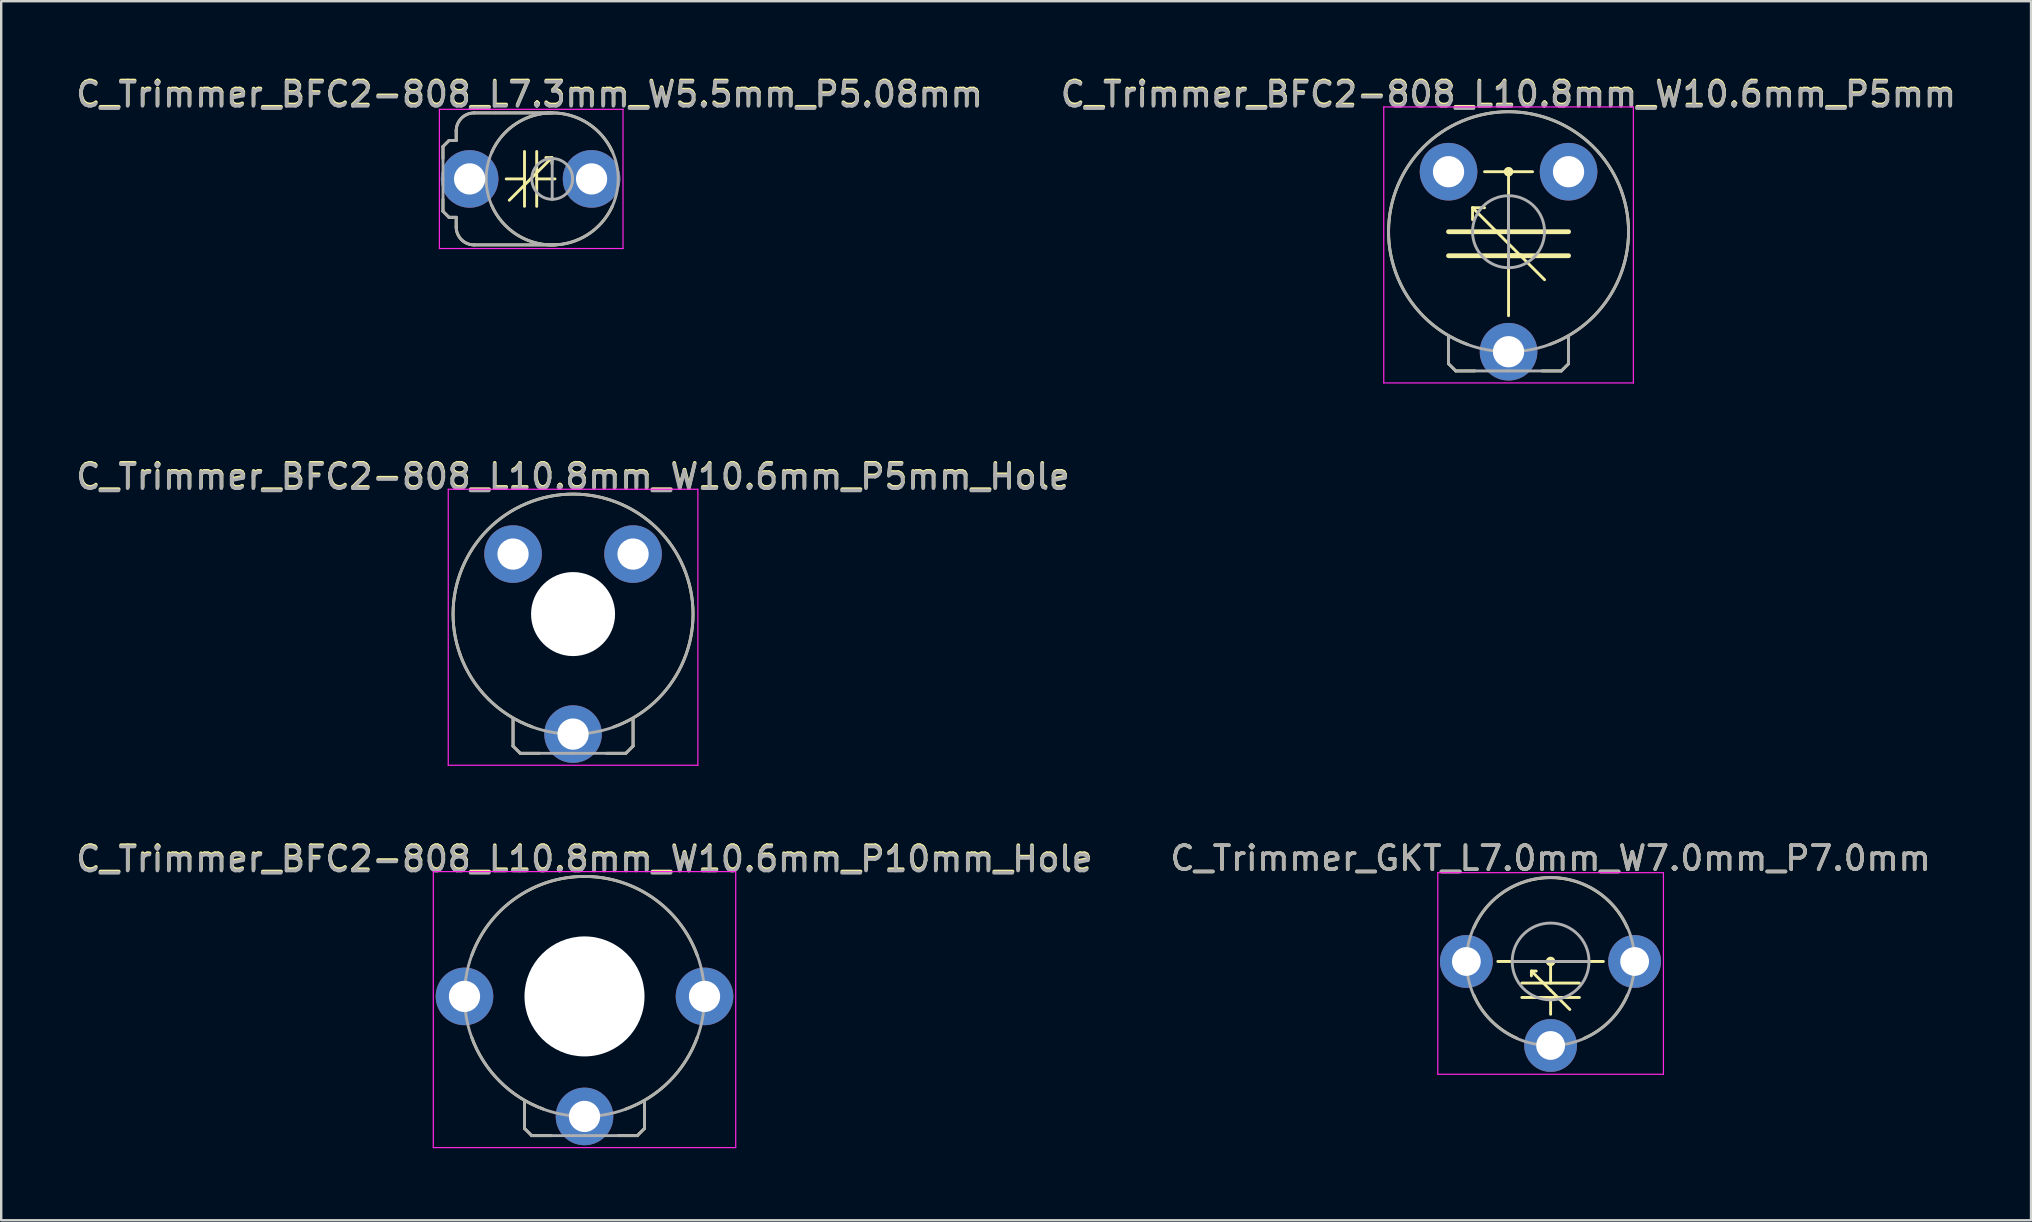
<source format=kicad_pcb>
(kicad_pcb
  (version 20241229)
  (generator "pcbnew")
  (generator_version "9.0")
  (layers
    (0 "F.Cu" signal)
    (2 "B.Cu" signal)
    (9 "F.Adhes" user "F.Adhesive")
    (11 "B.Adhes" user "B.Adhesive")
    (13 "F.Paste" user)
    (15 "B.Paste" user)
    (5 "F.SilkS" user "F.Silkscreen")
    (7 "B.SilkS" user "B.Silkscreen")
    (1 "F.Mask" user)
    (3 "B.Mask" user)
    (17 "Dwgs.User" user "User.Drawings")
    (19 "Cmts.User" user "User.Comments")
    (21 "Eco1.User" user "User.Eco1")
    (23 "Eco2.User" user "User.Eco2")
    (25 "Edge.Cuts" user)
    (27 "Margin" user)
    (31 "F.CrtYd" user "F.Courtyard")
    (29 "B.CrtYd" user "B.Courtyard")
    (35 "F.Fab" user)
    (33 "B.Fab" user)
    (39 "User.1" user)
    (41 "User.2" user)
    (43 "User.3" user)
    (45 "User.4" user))
  (footprint "C_Trimmer_GKT_L7.0mm_W7.0mm_P7.0mm"
    (layer "F.Cu")
    (at 61.552 40.507)
    (property "Reference" "C_Trimmer_GKT_L7.0mm_W7.0mm_P7.0mm" (at 0 -7.8 0) (layer "F.SilkS") (effects (font (size 1 1) (thickness 0.15))))
    (attr through_hole)
    (fp_line (start -2.2 -3.5) (end 2.2 -3.5) (stroke (width 0.12) (type solid)) (layer "F.SilkS"))
    (fp_line (start -0.8 -3.1) (end -0.8 -2.9) (stroke (width 0.12) (type solid)) (layer "F.SilkS"))
    (fp_line (start -0.8 -3.1) (end -0.6 -3.1) (stroke (width 0.12) (type solid)) (layer "F.SilkS"))
    (fp_line (start 0 -2.6) (end 0 -3.5) (stroke (width 0.12) (type solid)) (layer "F.SilkS"))
    (fp_line (start 0 -2.3) (end -0.8 -3.1) (stroke (width 0.12) (type solid)) (layer "F.SilkS"))
    (fp_line (start 0 -2.3) (end 0.8 -1.5) (stroke (width 0.12) (type solid)) (layer "F.SilkS"))
    (fp_line (start 0 -2) (end -1.2 -2) (stroke (width 0.12) (type solid)) (layer "F.SilkS"))
    (fp_line (start 0 -2) (end 1.2 -2) (stroke (width 0.12) (type solid)) (layer "F.SilkS"))
    (fp_line (start 0 -1.3) (end 0 -2) (stroke (width 0.12) (type solid)) (layer "F.SilkS"))
    (fp_line (start 1.2 -2.6) (end -1.2 -2.6) (stroke (width 0.12) (type solid)) (layer "F.SilkS"))
    (fp_arc (start -3.199999 -4.9) (mid 0 -6.992849) (end 3.199999 -4.899999) (stroke (width 0.12) (type solid)) (layer "F.SilkS"))
    (fp_arc (start -1.399999 -0.300001) (mid -2.469817 -1.030183) (end -3.199999 -2.100001) (stroke (width 0.12) (type solid)) (layer "F.SilkS"))
    (fp_arc (start 3.199999 -2.1) (mid 2.469817 -1.030183) (end 1.399999 -0.300001) (stroke (width 0.12) (type solid)) (layer "F.SilkS"))
    (fp_circle (center 0 -3.5) (end 0.1 -3.5) (stroke (width 0.2) (type solid)) (fill no) (layer "F.SilkS"))
    (fp_line (start -4.7 -7.2) (end -4.7 1.2) (stroke (width 0.05) (type solid)) (layer "F.CrtYd"))
    (fp_line (start -4.7 1.2) (end 4.7 1.2) (stroke (width 0.05) (type solid)) (layer "F.CrtYd"))
    (fp_line (start 4.7 -7.2) (end -4.7 -7.2) (stroke (width 0.05) (type solid)) (layer "F.CrtYd"))
    (fp_line (start 4.7 1.2) (end 4.7 -7.2) (stroke (width 0.05) (type solid)) (layer "F.CrtYd"))
    (fp_line (start 1.6 -3.5) (end -1.6 -3.5) (stroke (width 0.12) (type solid)) (layer "F.Fab"))
    (fp_circle (center 0 -3.5) (end 1.6 -3.5) (stroke (width 0.12) (type solid)) (fill no) (layer "F.Fab"))
    (fp_circle (center 0 -3.5) (end 3.5 -3.5) (stroke (width 0.12) (type solid)) (fill no) (layer "F.Fab"))
    (fp_text user "${REFERENCE}" (at 0 -7.8 0) (layer "F.Fab") (effects (font (size 1 1) (thickness 0.15))))
    (pad "1" thru_hole circle (at 0 0) (size 2.2 2.2) (drill 1.2) (layers "*.Cu" "*.Mask"))
    (pad "2" thru_hole circle (at -3.51 -3.5) (size 2.2 2.2) (drill 1.2) (layers "*.Cu" "*.Mask"))
    (pad "2" thru_hole circle (at 3.5 -3.5) (size 2.2 2.2) (drill 1.2) (layers "*.Cu" "*.Mask")))
  (footprint "C_Trimmer_BFC2-808_L10.8mm_W10.6mm_P10mm_Hole"
    (layer "F.Cu")
    (at 21.302 43.463)
    (property "Reference" "C_Trimmer_BFC2-808_L10.8mm_W10.6mm_P10mm_Hole" (at 0 -10.756 0) (layer "F.SilkS") (effects (font (size 1 1) (thickness 0.15))))
    (attr through_hole)
    (fp_line (start -2.5 0.5) (end -2.5 -0.65) (stroke (width 0.12) (type solid)) (layer "F.SilkS"))
    (fp_line (start -2.2 0.8) (end -2.5 0.5) (stroke (width 0.12) (type solid)) (layer "F.SilkS"))
    (fp_line (start -1.4 0.8) (end -2.2 0.8) (stroke (width 0.12) (type solid)) (layer "F.SilkS"))
    (fp_line (start 1.4 0.8) (end 2.2 0.8) (stroke (width 0.12) (type solid)) (layer "F.SilkS"))
    (fp_line (start 2.2 0.8) (end 2.5 0.5) (stroke (width 0.12) (type solid)) (layer "F.SilkS"))
    (fp_line (start 2.5 0.5) (end 2.5 -0.65) (stroke (width 0.12) (type solid)) (layer "F.SilkS"))
    (fp_arc (start -4.699999 -6.7) (mid 0 -9.997999) (end 4.699999 -6.699999) (stroke (width 0.12) (type solid)) (layer "F.SilkS"))
    (fp_arc (start -1.7 -0.300001) (mid -3.534119 -1.465882) (end -4.699999 -3.300001) (stroke (width 0.12) (type solid)) (layer "F.SilkS"))
    (fp_arc (start 4.699999 -3.3) (mid 3.534118 -1.465881) (end 1.699999 -0.300001) (stroke (width 0.12) (type solid)) (layer "F.SilkS"))
    (fp_line (start -6.3 -10.2) (end -6.3 1.3) (stroke (width 0.05) (type solid)) (layer "F.CrtYd"))
    (fp_line (start -6.3 1.3) (end 6.3 1.3) (stroke (width 0.05) (type solid)) (layer "F.CrtYd"))
    (fp_line (start 6.3 -10.2) (end -6.3 -10.2) (stroke (width 0.05) (type solid)) (layer "F.CrtYd"))
    (fp_line (start 6.3 1.3) (end 6.3 -10.2) (stroke (width 0.05) (type solid)) (layer "F.CrtYd"))
    (fp_line (start -2.5 0.5) (end -2.5 -0.65) (stroke (width 0.12) (type solid)) (layer "F.Fab"))
    (fp_line (start -2.2 0.8) (end -2.5 0.5) (stroke (width 0.12) (type solid)) (layer "F.Fab"))
    (fp_line (start 0 -6.5) (end 0 -3.5) (stroke (width 0.12) (type solid)) (layer "F.Fab"))
    (fp_line (start 0 0.8) (end -2.2 0.8) (stroke (width 0.12) (type solid)) (layer "F.Fab"))
    (fp_line (start 0 0.8) (end 2.2 0.8) (stroke (width 0.12) (type solid)) (layer "F.Fab"))
    (fp_line (start 2.2 0.8) (end 2.5 0.5) (stroke (width 0.12) (type solid)) (layer "F.Fab"))
    (fp_line (start 2.5 0.5) (end 2.5 -0.65) (stroke (width 0.12) (type solid)) (layer "F.Fab"))
    (fp_circle (center 0 -5) (end 1.5 -5) (stroke (width 0.12) (type solid)) (fill no) (layer "F.Fab"))
    (fp_circle (center 0 -5) (end 5 -5) (stroke (width 0.12) (type solid)) (fill no) (layer "F.Fab"))
    (fp_text user "${REFERENCE}" (at -0.01 -10.7 0) (layer "F.Fab") (effects (font (size 1 1) (thickness 0.15))))
    (pad "" np_thru_hole circle (at 0 -5) (size 5 5) (drill 5) (layers "*.Cu" "*.Mask"))
    (pad "1" thru_hole circle (at 0 0) (size 2.4 2.4) (drill 1.3) (layers "*.Cu" "*.Mask"))
    (pad "2" thru_hole circle (at -5 -5) (size 2.4 2.4) (drill 1.3) (layers "*.Cu" "*.Mask"))
    (pad "2" thru_hole circle (at 5 -5) (size 2.4 2.4) (drill 1.3) (layers "*.Cu" "*.Mask")))
  (footprint "C_Trimmer_BFC2-808_L10.8mm_W10.6mm_P5mm_Hole"
    (layer "F.Cu")
    (at 20.825 27.534)
    (property "Reference" "C_Trimmer_BFC2-808_L10.8mm_W10.6mm_P5mm_Hole" (at 0 -10.756 0) (layer "F.SilkS") (effects (font (size 1 1) (thickness 0.15))))
    (attr through_hole)
    (fp_line (start -2.5 0.5) (end -2.5 -0.65) (stroke (width 0.12) (type solid)) (layer "F.SilkS"))
    (fp_line (start -2.2 0.8) (end -2.5 0.5) (stroke (width 0.12) (type solid)) (layer "F.SilkS"))
    (fp_line (start -1.4 0.8) (end -2.2 0.8) (stroke (width 0.12) (type solid)) (layer "F.SilkS"))
    (fp_line (start 1.4 0.8) (end 2.2 0.8) (stroke (width 0.12) (type solid)) (layer "F.SilkS"))
    (fp_line (start 2.2 0.8) (end 2.5 0.5) (stroke (width 0.12) (type solid)) (layer "F.SilkS"))
    (fp_line (start 2.5 0.5) (end 2.5 -0.65) (stroke (width 0.12) (type solid)) (layer "F.SilkS"))
    (fp_arc (start -4.699999 -3.300001) (mid 2.12132 -9.525482) (end 1.699999 -0.300001) (stroke (width 0.12) (type solid)) (layer "F.SilkS"))
    (fp_arc (start -1.7 -0.300001) (mid -3.534119 -1.465882) (end -4.699999 -3.300001) (stroke (width 0.12) (type solid)) (layer "F.SilkS"))
    (fp_line (start -5.2 -10.2) (end -5.2 1.3) (stroke (width 0.05) (type solid)) (layer "F.CrtYd"))
    (fp_line (start -5.2 1.3) (end 5.2 1.3) (stroke (width 0.05) (type solid)) (layer "F.CrtYd"))
    (fp_line (start 5.2 -10.2) (end -5.2 -10.2) (stroke (width 0.05) (type solid)) (layer "F.CrtYd"))
    (fp_line (start 5.2 1.3) (end 5.2 -10.2) (stroke (width 0.05) (type solid)) (layer "F.CrtYd"))
    (fp_line (start -2.5 0.5) (end -2.5 -0.65) (stroke (width 0.12) (type solid)) (layer "F.Fab"))
    (fp_line (start -2.2 0.8) (end -2.5 0.5) (stroke (width 0.12) (type solid)) (layer "F.Fab"))
    (fp_line (start 0 -6.5) (end 0 -3.5) (stroke (width 0.12) (type solid)) (layer "F.Fab"))
    (fp_line (start 0 0.8) (end -2.2 0.8) (stroke (width 0.12) (type solid)) (layer "F.Fab"))
    (fp_line (start 0 0.8) (end 2.2 0.8) (stroke (width 0.12) (type solid)) (layer "F.Fab"))
    (fp_line (start 2.2 0.8) (end 2.5 0.5) (stroke (width 0.12) (type solid)) (layer "F.Fab"))
    (fp_line (start 2.5 0.5) (end 2.5 -0.65) (stroke (width 0.12) (type solid)) (layer "F.Fab"))
    (fp_circle (center 0 -5) (end 1.5 -5) (stroke (width 0.12) (type solid)) (fill no) (layer "F.Fab"))
    (fp_circle (center 0 -5) (end 5 -5) (stroke (width 0.12) (type solid)) (fill no) (layer "F.Fab"))
    (fp_text user "${REFERENCE}" (at -0.01 -10.7 0) (layer "F.Fab") (effects (font (size 1 1) (thickness 0.15))))
    (pad "" np_thru_hole circle (at 0 -5) (size 3.5 3.5) (drill 3.5) (layers "*.Cu" "*.Mask"))
    (pad "1" thru_hole circle (at 0 0) (size 2.4 2.4) (drill 1.3) (layers "*.Cu" "*.Mask"))
    (pad "2" thru_hole circle (at -2.5 -7.5) (size 2.4 2.4) (drill 1.3) (layers "*.Cu" "*.Mask"))
    (pad "2" thru_hole circle (at 2.5 -7.5) (size 2.4 2.4) (drill 1.3) (layers "*.Cu" "*.Mask")))
  (footprint "C_Trimmer_BFC2-808_L10.8mm_W10.6mm_P5mm"
    (layer "F.Cu")
    (at 59.8 11.604)
    (property "Reference" "C_Trimmer_BFC2-808_L10.8mm_W10.6mm_P5mm" (at 0 -10.756 0) (layer "F.SilkS") (effects (font (size 1 1) (thickness 0.15))))
    (attr through_hole)
    (fp_line (start -2.5 -5) (end 0 -5) (stroke (width 0.2) (type solid)) (layer "F.SilkS"))
    (fp_line (start -2.5 -4) (end 0.5 -4) (stroke (width 0.2) (type solid)) (layer "F.SilkS"))
    (fp_line (start -2.5 0.5) (end -2.5 -0.65) (stroke (width 0.12) (type solid)) (layer "F.SilkS"))
    (fp_line (start -2.2 0.8) (end -2.5 0.5) (stroke (width 0.12) (type solid)) (layer "F.SilkS"))
    (fp_line (start -1.5 -6) (end -1.5 -5.5) (stroke (width 0.12) (type solid)) (layer "F.SilkS"))
    (fp_line (start -1.5 -6) (end -1 -6) (stroke (width 0.12) (type solid)) (layer "F.SilkS"))
    (fp_line (start -1.4 0.8) (end -2.2 0.8) (stroke (width 0.12) (type solid)) (layer "F.SilkS"))
    (fp_line (start -1 -7.5) (end 1 -7.5) (stroke (width 0.12) (type solid)) (layer "F.SilkS"))
    (fp_line (start 0 -7.5) (end 0 -5) (stroke (width 0.12) (type solid)) (layer "F.SilkS"))
    (fp_line (start 0 -4.5) (end -1.5 -6) (stroke (width 0.12) (type solid)) (layer "F.SilkS"))
    (fp_line (start 0 -4.5) (end 1.5 -3) (stroke (width 0.12) (type solid)) (layer "F.SilkS"))
    (fp_line (start 0 -4) (end 0 -1.5) (stroke (width 0.12) (type solid)) (layer "F.SilkS"))
    (fp_line (start 1.4 0.8) (end 2.2 0.8) (stroke (width 0.12) (type solid)) (layer "F.SilkS"))
    (fp_line (start 2.2 0.8) (end 2.5 0.5) (stroke (width 0.12) (type solid)) (layer "F.SilkS"))
    (fp_line (start 2.5 -5) (end 0 -5) (stroke (width 0.2) (type solid)) (layer "F.SilkS"))
    (fp_line (start 2.5 -4) (end 0 -4) (stroke (width 0.2) (type solid)) (layer "F.SilkS"))
    (fp_line (start 2.5 0.5) (end 2.5 -0.65) (stroke (width 0.12) (type solid)) (layer "F.SilkS"))
    (fp_arc (start -4.699999 -3.300001) (mid 2.12132 -9.525482) (end 1.699999 -0.300001) (stroke (width 0.12) (type solid)) (layer "F.SilkS"))
    (fp_arc (start -1.7 -0.300001) (mid -3.534119 -1.465882) (end -4.699999 -3.300001) (stroke (width 0.12) (type solid)) (layer "F.SilkS"))
    (fp_circle (center 0 -7.5) (end 0.1 -7.5) (stroke (width 0.2) (type solid)) (fill no) (layer "F.SilkS"))
    (fp_line (start -5.2 -10.2) (end -5.2 1.3) (stroke (width 0.05) (type solid)) (layer "F.CrtYd"))
    (fp_line (start -5.2 1.3) (end 5.2 1.3) (stroke (width 0.05) (type solid)) (layer "F.CrtYd"))
    (fp_line (start 5.2 -10.2) (end -5.2 -10.2) (stroke (width 0.05) (type solid)) (layer "F.CrtYd"))
    (fp_line (start 5.2 1.3) (end 5.2 -10.2) (stroke (width 0.05) (type solid)) (layer "F.CrtYd"))
    (fp_line (start -2.5 0.5) (end -2.5 -0.65) (stroke (width 0.12) (type solid)) (layer "F.Fab"))
    (fp_line (start -2.2 0.8) (end -2.5 0.5) (stroke (width 0.12) (type solid)) (layer "F.Fab"))
    (fp_line (start 0 -6.5) (end 0 -3.5) (stroke (width 0.12) (type solid)) (layer "F.Fab"))
    (fp_line (start 0 0.8) (end -2.2 0.8) (stroke (width 0.12) (type solid)) (layer "F.Fab"))
    (fp_line (start 0 0.8) (end 2.2 0.8) (stroke (width 0.12) (type solid)) (layer "F.Fab"))
    (fp_line (start 2.2 0.8) (end 2.5 0.5) (stroke (width 0.12) (type solid)) (layer "F.Fab"))
    (fp_line (start 2.5 0.5) (end 2.5 -0.65) (stroke (width 0.12) (type solid)) (layer "F.Fab"))
    (fp_circle (center 0 -5) (end 1.5 -5) (stroke (width 0.12) (type solid)) (fill no) (layer "F.Fab"))
    (fp_circle (center 0 -5) (end 5 -5) (stroke (width 0.12) (type solid)) (fill no) (layer "F.Fab"))
    (fp_text user "${REFERENCE}" (at -0.01 -10.7 0) (layer "F.Fab") (effects (font (size 1 1) (thickness 0.15))))
    (pad "1" thru_hole circle (at 0 0) (size 2.4 2.4) (drill 1.3) (layers "*.Cu" "*.Mask"))
    (pad "2" thru_hole circle (at -2.5 -7.5) (size 2.4 2.4) (drill 1.3) (layers "*.Cu" "*.Mask"))
    (pad "2" thru_hole circle (at 2.5 -7.5) (size 2.4 2.4) (drill 1.3) (layers "*.Cu" "*.Mask")))
  (footprint "C_Trimmer_BFC2-808_L7.3mm_W5.5mm_P5.08mm"
    (layer "F.Cu")
    (at 16.516 4.404)
    (property "Reference" "C_Trimmer_BFC2-808_L7.3mm_W5.5mm_P5.08mm" (at 2.5 -3.556 0) (layer "F.SilkS") (effects (font (size 1 1) (thickness 0.15))))
    (attr through_hole)
    (fp_line (start -1.11 -1.35) (end -1.11 -0.85) (stroke (width 0.12) (type solid)) (layer "F.SilkS"))
    (fp_line (start -1.11 1.35) (end -1.11 0.85) (stroke (width 0.12) (type solid)) (layer "F.SilkS"))
    (fp_line (start -1.11 1.35) (end -0.86 1.6) (stroke (width 0.12) (type solid)) (layer "F.SilkS"))
    (fp_line (start -0.86 -1.6) (end -1.11 -1.35) (stroke (width 0.12) (type solid)) (layer "F.SilkS"))
    (fp_line (start -0.76 -1.6) (end -0.86 -1.6) (stroke (width 0.12) (type solid)) (layer "F.SilkS"))
    (fp_line (start -0.56 -2) (end -0.56 -1.6) (stroke (width 0.12) (type solid)) (layer "F.SilkS"))
    (fp_line (start -0.56 -1.6) (end -0.76 -1.6) (stroke (width 0.12) (type solid)) (layer "F.SilkS"))
    (fp_line (start -0.56 1.6) (end -0.86 1.6) (stroke (width 0.12) (type solid)) (layer "F.SilkS"))
    (fp_line (start -0.56 1.6) (end -0.56 2) (stroke (width 0.12) (type solid)) (layer "F.SilkS"))
    (fp_line (start 0.19 -2.75) (end 3.44 -2.75) (stroke (width 0.12) (type solid)) (layer "F.SilkS"))
    (fp_line (start 0.19 2.75) (end 3.59 2.75) (stroke (width 0.12) (type solid)) (layer "F.SilkS"))
    (fp_line (start 1.524 0) (end 2.286 0) (stroke (width 0.12) (type solid)) (layer "F.SilkS"))
    (fp_line (start 2.286 0) (end 2.286 -1.143) (stroke (width 0.12) (type solid)) (layer "F.SilkS"))
    (fp_line (start 2.286 0) (end 2.286 1.143) (stroke (width 0.12) (type solid)) (layer "F.SilkS"))
    (fp_line (start 2.54 0) (end 1.651 0.889) (stroke (width 0.12) (type solid)) (layer "F.SilkS"))
    (fp_line (start 2.54 0) (end 3.429 -0.889) (stroke (width 0.12) (type solid)) (layer "F.SilkS"))
    (fp_line (start 2.794 0) (end 2.794 -1.143) (stroke (width 0.12) (type solid)) (layer "F.SilkS"))
    (fp_line (start 2.794 0) (end 2.794 1.143) (stroke (width 0.12) (type solid)) (layer "F.SilkS"))
    (fp_line (start 3.429 -0.889) (end 3.175 -0.889) (stroke (width 0.12) (type solid)) (layer "F.SilkS"))
    (fp_line (start 3.429 -0.889) (end 3.429 -0.635) (stroke (width 0.12) (type solid)) (layer "F.SilkS"))
    (fp_line (start 3.556 0) (end 2.794 0) (stroke (width 0.12) (type solid)) (layer "F.SilkS"))
    (fp_arc (start -0.56 -2) (mid -0.34033 -2.53033) (end 0.19 -2.75) (stroke (width 0.12) (type solid)) (layer "F.SilkS"))
    (fp_arc (start 0.19 2.75) (mid -0.34033 2.53033) (end -0.56 2) (stroke (width 0.12) (type solid)) (layer "F.SilkS"))
    (fp_arc (start 0.921221 -1.108263) (mid 3.417117 -2.751721) (end 5.939999 -1.149999) (stroke (width 0.12) (type solid)) (layer "F.SilkS"))
    (fp_arc (start 5.939999 1.149999) (mid 3.417117 2.751721) (end 0.921221 1.108263) (stroke (width 0.12) (type solid)) (layer "F.SilkS"))
    (fp_line (start -1.26 -2.9) (end -1.26 2.9) (stroke (width 0.05) (type solid)) (layer "F.CrtYd"))
    (fp_line (start -1.26 2.9) (end 6.39 2.9) (stroke (width 0.05) (type solid)) (layer "F.CrtYd"))
    (fp_line (start 6.39 2.9) (end 6.39 -2.9) (stroke (width 0.05) (type solid)) (layer "F.CrtYd"))
    (fp_line (start 6.4 -2.9) (end -1.26 -2.9) (stroke (width 0.05) (type solid)) (layer "F.CrtYd"))
    (fp_line (start -1.11 -1.35) (end -1.11 0) (stroke (width 0.12) (type solid)) (layer "F.Fab"))
    (fp_line (start -1.11 1.35) (end -1.11 0) (stroke (width 0.12) (type solid)) (layer "F.Fab"))
    (fp_line (start -1.11 1.35) (end -0.86 1.6) (stroke (width 0.12) (type solid)) (layer "F.Fab"))
    (fp_line (start -0.86 -1.6) (end -1.11 -1.35) (stroke (width 0.12) (type solid)) (layer "F.Fab"))
    (fp_line (start -0.76 -1.6) (end -0.86 -1.6) (stroke (width 0.12) (type solid)) (layer "F.Fab"))
    (fp_line (start -0.56 -2) (end -0.56 -1.6) (stroke (width 0.12) (type solid)) (layer "F.Fab"))
    (fp_line (start -0.56 -1.6) (end -0.76 -1.6) (stroke (width 0.12) (type solid)) (layer "F.Fab"))
    (fp_line (start -0.56 1.6) (end -0.86 1.6) (stroke (width 0.12) (type solid)) (layer "F.Fab"))
    (fp_line (start -0.56 1.6) (end -0.56 2) (stroke (width 0.12) (type solid)) (layer "F.Fab"))
    (fp_line (start 1.09 -2.75) (end 0.19 -2.75) (stroke (width 0.12) (type solid)) (layer "F.Fab"))
    (fp_line (start 3.44 -2.75) (end 1.09 -2.75) (stroke (width 0.12) (type solid)) (layer "F.Fab"))
    (fp_line (start 3.44 0.85) (end 3.44 -0.85) (stroke (width 0.12) (type solid)) (layer "F.Fab"))
    (fp_line (start 3.44 2.75) (end 0.19 2.75) (stroke (width 0.12) (type solid)) (layer "F.Fab"))
    (fp_arc (start -0.56 -2) (mid -0.34033 -2.53033) (end 0.19 -2.75) (stroke (width 0.12) (type solid)) (layer "F.Fab"))
    (fp_arc (start 0.19 2.75) (mid -0.34033 2.53033) (end -0.56 2) (stroke (width 0.12) (type solid)) (layer "F.Fab"))
    (fp_arc (start 3.44 -2.75) (mid 6.19 0) (end 3.44 2.75) (stroke (width 0.12) (type solid)) (layer "F.Fab"))
    (fp_arc (start 3.44 2.75) (mid 0.69 0) (end 3.44 -2.75) (stroke (width 0.12) (type solid)) (layer "F.Fab"))
    (fp_circle (center 3.44 0) (end 4.29 0) (stroke (width 0.12) (type solid)) (fill no) (layer "F.Fab"))
    (fp_text user "${REFERENCE}" (at 2.49 -3.5 0) (layer "F.Fab") (effects (font (size 1 1) (thickness 0.15))))
    (pad "1" thru_hole circle (at 0 0) (size 2.4 2.4) (drill 1.3) (layers "*.Cu" "*.Mask"))
    (pad "2" thru_hole circle (at 5.08 0) (size 2.4 2.4) (drill 1.3) (layers "*.Cu" "*.Mask")))
  (gr_rect
    (start -3 -3)
    (end 81.568 47.788)
    (stroke (width 0.1) (type default))
    (fill no)
    (layer "Edge.Cuts")))
</source>
